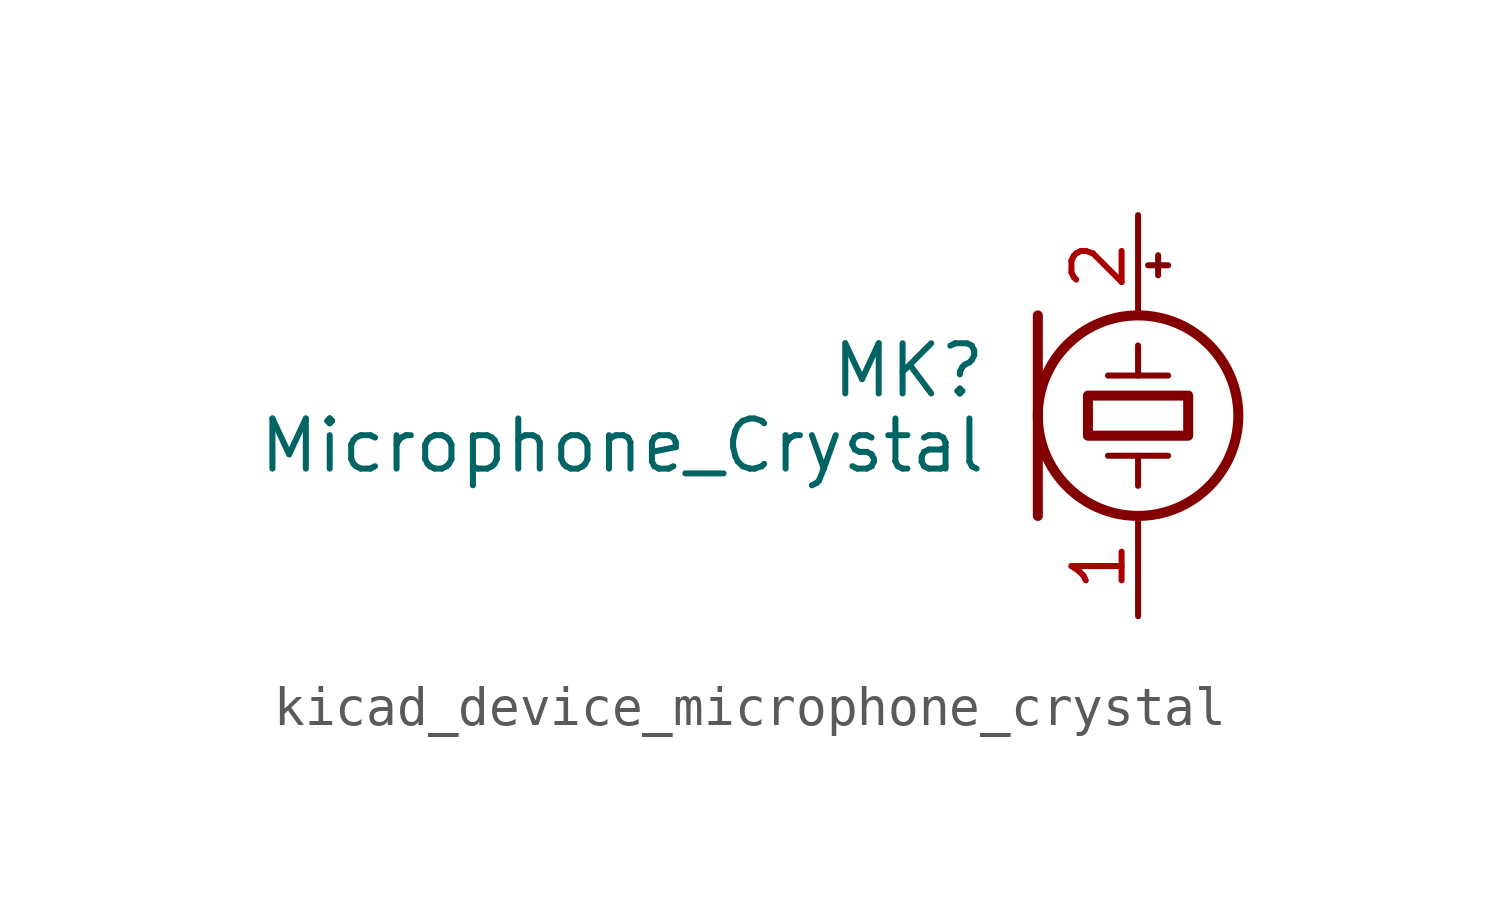
<source format=kicad_sym>
(kicad_symbol_lib
  (version 20220914)
  (generator kicad_symbol_editor)
  (symbol "kicad_device_microphone_crystal"
    (pin_names
      (offset 0.025) hide)
    (property "Reference" "MK"
      (at -3.81 1.143 0)
      (effects (font (size 1.27 1.27)) (justify right)))
    (property "Value" "Microphone_Crystal"
      (at -3.81 -0.762 0)
      (effects (font (size 1.27 1.27)) (justify right)))
    (symbol "kicad_device_microphone_crystal_0_1"
      (rectangle (start -1.27 0.508) (end 1.27 -0.508) (stroke (width 0.254) (type default)) (fill (type none)))
      (polyline (pts (xy -2.54 2.54) (xy -2.54 -2.54)) (stroke (width 0.254) (type default)) (fill (type none)))
      (polyline (pts (xy -0.762 -1.016) (xy 0.762 -1.016)) (stroke (width 0) (type default)) (fill (type none)))
      (polyline (pts (xy -0.762 1.016) (xy 0.762 1.016)) (stroke (width 0) (type default)) (fill (type none)))
      (polyline (pts (xy 0 -1.016) (xy 0 -1.778)) (stroke (width 0) (type default)) (fill (type none)))
      (polyline (pts (xy 0 1.016) (xy 0 1.778)) (stroke (width 0) (type default)) (fill (type none)))
      (polyline (pts (xy 0.254 3.81) (xy 0.762 3.81)) (stroke (width 0) (type default)) (fill (type none)))
      (polyline (pts (xy 0.508 4.064) (xy 0.508 3.556)) (stroke (width 0) (type default)) (fill (type none)))
      (circle (center 0 0) (radius 2.54) (stroke (width 0.254) (type default)) (fill (type none))))
    (symbol "kicad_device_microphone_crystal_1_1"
      (pin passive line (at 0 -5.08 90) (length 2.54) (name "-" (effects (font (size 1.27 1.27)))) (number "1" (effects (font (size 1.27 1.27)))))
      (pin passive line (at 0 5.08 270) (length 2.54) (name "+" (effects (font (size 1.27 1.27)))) (number "2" (effects (font (size 1.27 1.27))))))))
</source>
